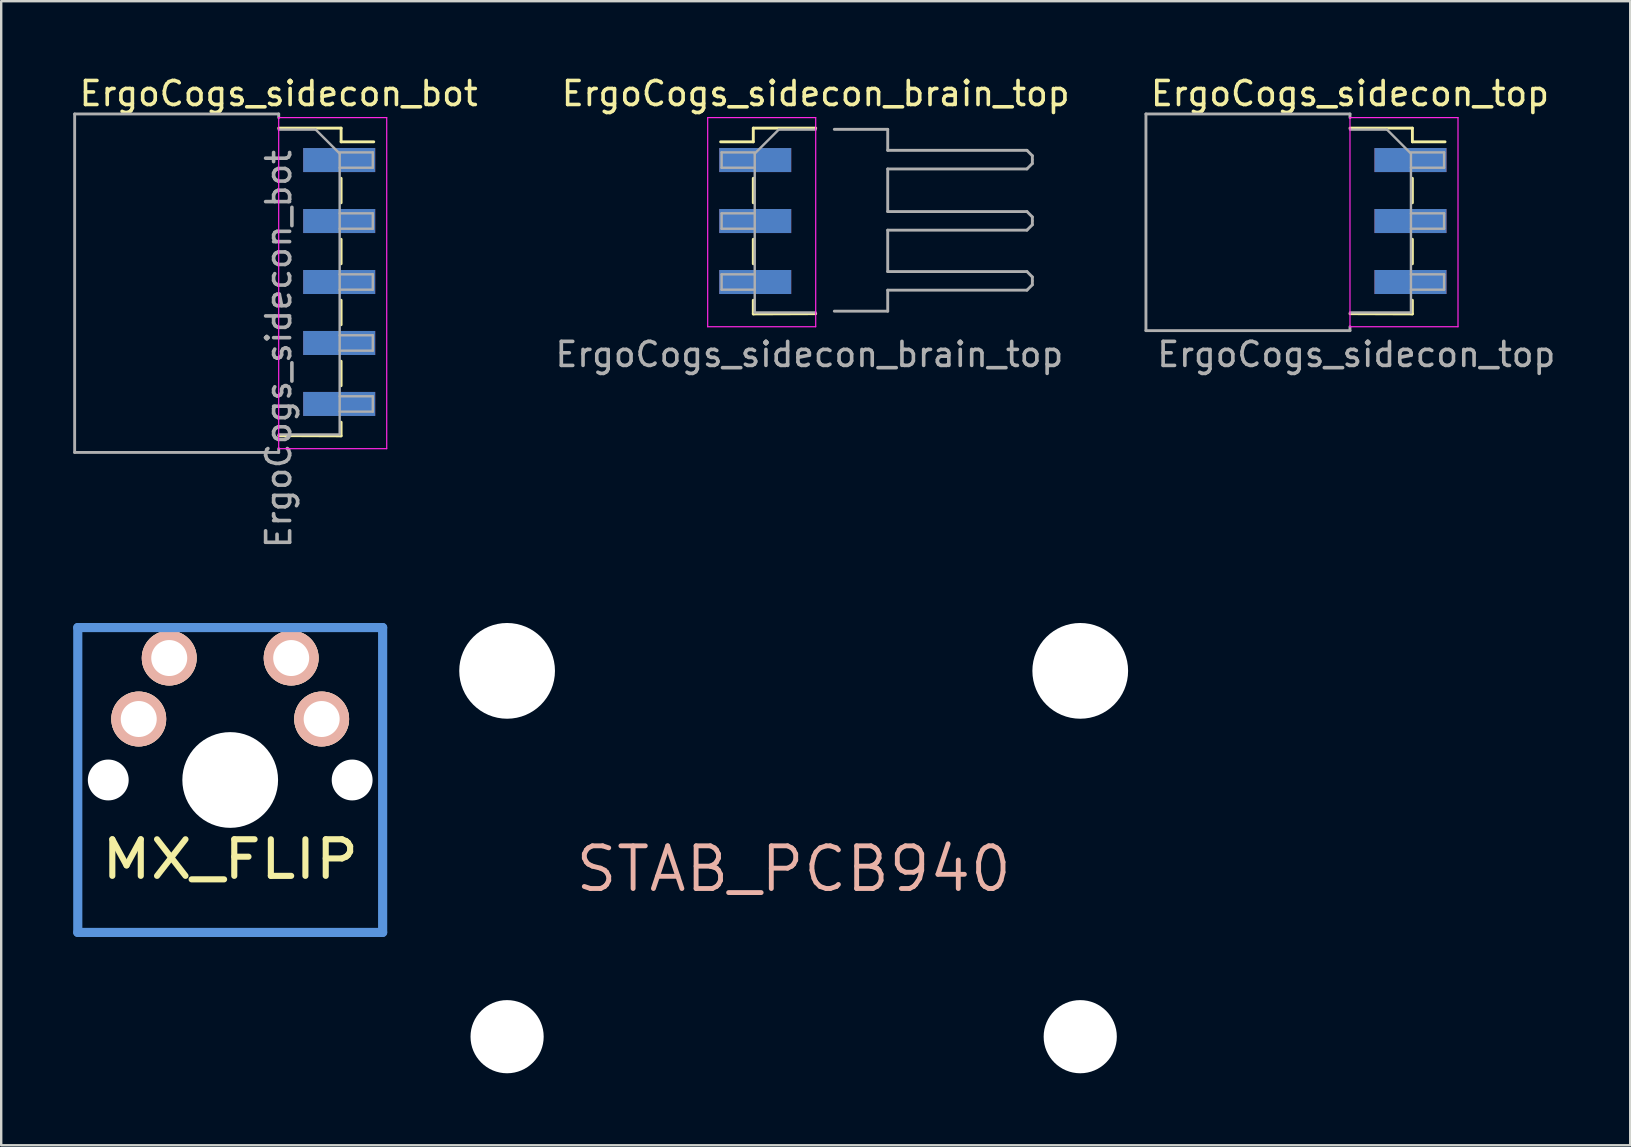
<source format=kicad_pcb>
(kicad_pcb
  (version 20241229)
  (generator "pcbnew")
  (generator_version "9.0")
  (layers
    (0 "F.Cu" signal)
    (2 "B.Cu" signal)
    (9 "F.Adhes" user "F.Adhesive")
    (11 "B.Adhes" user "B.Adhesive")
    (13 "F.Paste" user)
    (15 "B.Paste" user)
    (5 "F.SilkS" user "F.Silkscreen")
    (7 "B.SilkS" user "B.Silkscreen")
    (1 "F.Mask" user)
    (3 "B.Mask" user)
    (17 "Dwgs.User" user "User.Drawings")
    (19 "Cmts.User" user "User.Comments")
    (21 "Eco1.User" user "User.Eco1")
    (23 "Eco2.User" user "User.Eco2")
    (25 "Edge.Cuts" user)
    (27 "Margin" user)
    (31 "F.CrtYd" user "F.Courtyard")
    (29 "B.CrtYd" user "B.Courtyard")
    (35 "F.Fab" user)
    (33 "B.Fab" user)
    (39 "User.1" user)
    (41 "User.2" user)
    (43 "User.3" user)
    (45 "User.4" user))
  (footprint "ErgoCogs_sidecon_brain_top"
    (layer "F.Cu")
    (at 28.406 3.613)
    (property "Reference" "ErgoCogs_sidecon_brain_top" (at 2.525 -2.765 0) (layer "F.SilkS") (effects (font (size 1 1) (thickness 0.15))))
    (attr smd)
    (fp_line (start -0.075 -1.325) (end -0.075 -0.755) (stroke (width 0.12) (type solid)) (layer "F.SilkS"))
    (fp_line (start -0.075 -0.755) (end -1.435 -0.755) (stroke (width 0.12) (type solid)) (layer "F.SilkS"))
    (fp_line (start -0.075 0.765) (end -0.075 1.785) (stroke (width 0.12) (type solid)) (layer "F.SilkS"))
    (fp_line (start -0.075 3.305) (end -0.075 4.325) (stroke (width 0.12) (type solid)) (layer "F.SilkS"))
    (fp_line (start -0.075 5.845) (end -0.075 6.415) (stroke (width 0.12) (type solid)) (layer "F.SilkS"))
    (fp_line (start 2.525 -1.325) (end -0.075 -1.325) (stroke (width 0.12) (type solid)) (layer "F.SilkS"))
    (fp_line (start 2.525 6.405) (end -0.075 6.415) (stroke (width 0.12) (type solid)) (layer "F.SilkS"))
    (fp_line (start -1.975 -1.765) (end -1.975 6.949) (stroke (width 0.05) (type solid)) (layer "F.CrtYd"))
    (fp_line (start -1.975 6.949) (end 2.525 6.949) (stroke (width 0.05) (type solid)) (layer "F.CrtYd"))
    (fp_line (start 2.525 -1.765) (end -1.975 -1.765) (stroke (width 0.05) (type solid)) (layer "F.CrtYd"))
    (fp_line (start 2.525 -1.765) (end 2.525 6.949) (stroke (width 0.05) (type solid)) (layer "F.CrtYd"))
    (fp_line (start -1.395 -0.315) (end -1.395 0.325) (stroke (width 0.1) (type solid)) (layer "F.Fab"))
    (fp_line (start -1.395 0.325) (end -0.015 0.325) (stroke (width 0.1) (type solid)) (layer "F.Fab"))
    (fp_line (start -1.395 2.225) (end -1.395 2.865) (stroke (width 0.1) (type solid)) (layer "F.Fab"))
    (fp_line (start -1.395 2.865) (end -0.015 2.865) (stroke (width 0.1) (type solid)) (layer "F.Fab"))
    (fp_line (start -1.395 4.765) (end -1.395 5.405) (stroke (width 0.1) (type solid)) (layer "F.Fab"))
    (fp_line (start -1.395 5.405) (end -0.015 5.405) (stroke (width 0.1) (type solid)) (layer "F.Fab"))
    (fp_line (start -0.015 -0.315) (end -1.395 -0.315) (stroke (width 0.1) (type solid)) (layer "F.Fab"))
    (fp_line (start -0.015 -0.265) (end -0.015 6.355) (stroke (width 0.1) (type solid)) (layer "F.Fab"))
    (fp_line (start -0.015 2.225) (end -1.395 2.225) (stroke (width 0.1) (type solid)) (layer "F.Fab"))
    (fp_line (start -0.015 4.765) (end -1.395 4.765) (stroke (width 0.1) (type solid)) (layer "F.Fab"))
    (fp_line (start -0.015 6.355) (end 2.525 6.355) (stroke (width 0.1) (type solid)) (layer "F.Fab"))
    (fp_line (start 0.985 -1.265) (end -0.015 -0.265) (stroke (width 0.1) (type solid)) (layer "F.Fab"))
    (fp_line (start 2.525 -1.265) (end 0.985 -1.265) (stroke (width 0.1) (type solid)) (layer "F.Fab"))
    (fp_line (start 5.525 -1.275) (end 3.3 -1.275) (stroke (width 0.12) (type solid)) (layer "F.Fab"))
    (fp_line (start 5.525 -0.4) (end 5.525 -1.275) (stroke (width 0.12) (type solid)) (layer "F.Fab"))
    (fp_line (start 5.525 2.15) (end 5.525 0.375) (stroke (width 0.12) (type solid)) (layer "F.Fab"))
    (fp_line (start 5.525 4.65) (end 5.525 2.925) (stroke (width 0.12) (type solid)) (layer "F.Fab"))
    (fp_line (start 5.525 5.425) (end 5.525 6.3) (stroke (width 0.12) (type solid)) (layer "F.Fab"))
    (fp_line (start 5.525 6.3) (end 3.3 6.3) (stroke (width 0.12) (type solid)) (layer "F.Fab"))
    (fp_line (start 11.325 -0.4) (end 5.525 -0.4) (stroke (width 0.12) (type solid)) (layer "F.Fab"))
    (fp_line (start 11.325 0.375) (end 5.525 0.375) (stroke (width 0.12) (type solid)) (layer "F.Fab"))
    (fp_line (start 11.325 2.15) (end 5.525 2.15) (stroke (width 0.12) (type solid)) (layer "F.Fab"))
    (fp_line (start 11.325 2.925) (end 5.525 2.925) (stroke (width 0.12) (type solid)) (layer "F.Fab"))
    (fp_line (start 11.325 4.65) (end 5.525 4.65) (stroke (width 0.12) (type solid)) (layer "F.Fab"))
    (fp_line (start 11.325 5.425) (end 5.525 5.425) (stroke (width 0.12) (type solid)) (layer "F.Fab"))
    (fp_line (start 11.55 -0.175) (end 11.325 -0.4) (stroke (width 0.12) (type solid)) (layer "F.Fab"))
    (fp_line (start 11.55 -0.025) (end 11.55 -0.175) (stroke (width 0.12) (type solid)) (layer "F.Fab"))
    (fp_line (start 11.55 0) (end 11.55 0.15) (stroke (width 0.12) (type solid)) (layer "F.Fab"))
    (fp_line (start 11.55 0.15) (end 11.325 0.375) (stroke (width 0.12) (type solid)) (layer "F.Fab"))
    (fp_line (start 11.55 2.375) (end 11.325 2.15) (stroke (width 0.12) (type solid)) (layer "F.Fab"))
    (fp_line (start 11.55 2.525) (end 11.55 2.375) (stroke (width 0.12) (type solid)) (layer "F.Fab"))
    (fp_line (start 11.55 2.55) (end 11.55 2.7) (stroke (width 0.12) (type solid)) (layer "F.Fab"))
    (fp_line (start 11.55 2.7) (end 11.325 2.925) (stroke (width 0.12) (type solid)) (layer "F.Fab"))
    (fp_line (start 11.55 4.875) (end 11.325 4.65) (stroke (width 0.12) (type solid)) (layer "F.Fab"))
    (fp_line (start 11.55 5.025) (end 11.55 4.875) (stroke (width 0.12) (type solid)) (layer "F.Fab"))
    (fp_line (start 11.55 5.05) (end 11.55 5.2) (stroke (width 0.12) (type solid)) (layer "F.Fab"))
    (fp_line (start 11.55 5.2) (end 11.325 5.425) (stroke (width 0.12) (type solid)) (layer "F.Fab"))
    (fp_text user "${REFERENCE}" (at 2.261 8.103 180) (layer "F.Fab") (effects (font (size 1 1) (thickness 0.15))))
    (pad "1" smd rect (at 0.005 0.005) (size 3 1) (layers "F.Cu" "F.Mask" "F.Paste"))
    (pad "2" smd rect (at 0.005 0.005 180) (size 3 1) (layers "B.Cu" "B.Mask" "B.Paste"))
    (pad "3" smd rect (at 0.005 2.545) (size 3 1) (layers "F.Cu" "F.Mask" "F.Paste"))
    (pad "4" smd rect (at 0.005 2.545 180) (size 3 1) (layers "B.Cu" "B.Mask" "B.Paste"))
    (pad "5" smd rect (at 0.005 5.085) (size 3 1) (layers "F.Cu" "F.Mask" "F.Paste"))
    (pad "6" smd rect (at 0.005 5.085 180) (size 3 1) (layers "B.Cu" "B.Mask" "B.Paste")))
  (footprint "ErgoCogs_sidecon_top"
    (layer "F.Cu")
    (at 55.738 3.588)
    (property "Reference" "ErgoCogs_sidecon_top" (at -2.55 -2.74 0) (layer "F.SilkS") (effects (font (size 1 1) (thickness 0.15))))
    (attr smd)
    (fp_line (start -2.55 -1.3) (end 0.05 -1.3) (stroke (width 0.12) (type solid)) (layer "F.SilkS"))
    (fp_line (start -2.55 6.43) (end 0.05 6.44) (stroke (width 0.12) (type solid)) (layer "F.SilkS"))
    (fp_line (start 0.05 -1.3) (end 0.05 -0.73) (stroke (width 0.12) (type solid)) (layer "F.SilkS"))
    (fp_line (start 0.05 -0.73) (end 1.41 -0.73) (stroke (width 0.12) (type solid)) (layer "F.SilkS"))
    (fp_line (start 0.05 0.79) (end 0.05 1.81) (stroke (width 0.12) (type solid)) (layer "F.SilkS"))
    (fp_line (start 0.05 3.33) (end 0.05 4.35) (stroke (width 0.12) (type solid)) (layer "F.SilkS"))
    (fp_line (start 0.05 5.87) (end 0.05 6.44) (stroke (width 0.12) (type solid)) (layer "F.SilkS"))
    (fp_line (start -2.55 -1.74) (end -2.55 6.974) (stroke (width 0.05) (type solid)) (layer "F.CrtYd"))
    (fp_line (start -2.55 -1.74) (end 1.95 -1.74) (stroke (width 0.05) (type solid)) (layer "F.CrtYd"))
    (fp_line (start 1.95 -1.74) (end 1.95 6.974) (stroke (width 0.05) (type solid)) (layer "F.CrtYd"))
    (fp_line (start 1.95 6.974) (end -2.55 6.974) (stroke (width 0.05) (type solid)) (layer "F.CrtYd"))
    (fp_line (start -11.05 7.135) (end -11.05 -1.89) (stroke (width 0.12) (type solid)) (layer "F.Fab"))
    (fp_line (start -2.55 -1.89) (end -11.05 -1.89) (stroke (width 0.12) (type solid)) (layer "F.Fab"))
    (fp_line (start -2.55 -1.74) (end -2.55 -1.89) (stroke (width 0.12) (type solid)) (layer "F.Fab"))
    (fp_line (start -2.55 -1.24) (end -1.01 -1.24) (stroke (width 0.1) (type solid)) (layer "F.Fab"))
    (fp_line (start -2.55 6.974) (end -2.55 7.135) (stroke (width 0.12) (type solid)) (layer "F.Fab"))
    (fp_line (start -2.55 7.135) (end -11.05 7.135) (stroke (width 0.12) (type solid)) (layer "F.Fab"))
    (fp_line (start -1.01 -1.24) (end -0.01 -0.24) (stroke (width 0.1) (type solid)) (layer "F.Fab"))
    (fp_line (start -0.01 -0.29) (end 1.37 -0.29) (stroke (width 0.1) (type solid)) (layer "F.Fab"))
    (fp_line (start -0.01 -0.24) (end -0.01 6.38) (stroke (width 0.1) (type solid)) (layer "F.Fab"))
    (fp_line (start -0.01 2.25) (end 1.37 2.25) (stroke (width 0.1) (type solid)) (layer "F.Fab"))
    (fp_line (start -0.01 4.79) (end 1.37 4.79) (stroke (width 0.1) (type solid)) (layer "F.Fab"))
    (fp_line (start -0.01 6.38) (end -2.55 6.38) (stroke (width 0.1) (type solid)) (layer "F.Fab"))
    (fp_line (start 1.37 -0.29) (end 1.37 0.35) (stroke (width 0.1) (type solid)) (layer "F.Fab"))
    (fp_line (start 1.37 0.35) (end -0.01 0.35) (stroke (width 0.1) (type solid)) (layer "F.Fab"))
    (fp_line (start 1.37 2.25) (end 1.37 2.89) (stroke (width 0.1) (type solid)) (layer "F.Fab"))
    (fp_line (start 1.37 2.89) (end -0.01 2.89) (stroke (width 0.1) (type solid)) (layer "F.Fab"))
    (fp_line (start 1.37 4.79) (end 1.37 5.43) (stroke (width 0.1) (type solid)) (layer "F.Fab"))
    (fp_line (start 1.37 5.43) (end -0.01 5.43) (stroke (width 0.1) (type solid)) (layer "F.Fab"))
    (fp_text user "${REFERENCE}" (at -2.286 8.128 180) (layer "F.Fab") (effects (font (size 1 1) (thickness 0.15))))
    (pad "1" smd rect (at -0.03 0.03) (size 3 1) (layers "F.Cu" "F.Mask" "F.Paste"))
    (pad "2" smd rect (at -0.03 0.03 180) (size 3 1) (layers "B.Cu" "B.Mask" "B.Paste"))
    (pad "3" smd rect (at -0.03 2.57) (size 3 1) (layers "F.Cu" "F.Mask" "F.Paste"))
    (pad "4" smd rect (at -0.03 2.57 180) (size 3 1) (layers "B.Cu" "B.Mask" "B.Paste"))
    (pad "5" smd rect (at -0.03 5.11) (size 3 1) (layers "F.Cu" "F.Mask" "F.Paste"))
    (pad "6" smd rect (at -0.03 5.11 180) (size 3 1) (layers "B.Cu" "B.Mask" "B.Paste")))
  (footprint "MX_FLIP"
    (layer "F.Cu")
    (at 6.54 29.443)
    (property "Reference" "MX_FLIP" (at 0 3.302 0) (layer "F.SilkS") (effects (font (size 1.524 1.778) (thickness 0.254))))
    (attr through_hole)
    (fp_line (start -6.35 -6.35) (end 6.35 -6.35) (stroke (width 0.381) (type solid)) (layer "Cmts.User"))
    (fp_line (start -6.35 6.35) (end -6.35 -6.35) (stroke (width 0.381) (type solid)) (layer "Cmts.User"))
    (fp_line (start 6.35 -6.35) (end 6.35 6.35) (stroke (width 0.381) (type solid)) (layer "Cmts.User"))
    (fp_line (start 6.35 6.35) (end -6.35 6.35) (stroke (width 0.381) (type solid)) (layer "Cmts.User"))
    (pad "" np_thru_hole circle (at -5.08 0) (size 1.702 1.702) (drill 1.702) (layers "*.Cu" "*.Mask"))
    (pad "" np_thru_hole circle (at 0 0) (size 3.988 3.988) (drill 3.988) (layers "*.Cu" "*.Mask"))
    (pad "" np_thru_hole circle (at 5.08 0) (size 1.702 1.702) (drill 1.702) (layers "*.Cu" "*.Mask"))
    (pad "1" thru_hole circle (at 2.54 -5.08) (size 2.286 2.286) (drill 1.499) (layers "*.Cu" "*.SilkS" "*.Mask"))
    (pad "1" thru_hole circle (at 3.81 -2.54) (size 2.286 2.286) (drill 1.499) (layers "*.Cu" "*.SilkS" "*.Mask"))
    (pad "2" thru_hole circle (at -3.81 -2.54) (size 2.286 2.286) (drill 1.499) (layers "*.Cu" "*.SilkS" "*.Mask"))
    (pad "2" thru_hole circle (at -2.54 -5.08) (size 2.286 2.286) (drill 1.499) (layers "*.Cu" "*.SilkS" "*.Mask")))
  (footprint "STAB_PCB940"
    (layer "F.Cu")
    (at 30.013 33.152)
    (property "Reference" "STAB_PCB940" (at 0 0 0) (layer "B.SilkS") (effects (font (size 1.778 1.778) (thickness 0.203))))
    (attr through_hole)
    (fp_line (start -13.589 -6.223) (end -10.287 -6.223) (stroke (width 0.152) (type solid)) (layer "Eco2.User"))
    (fp_line (start -13.589 7.747) (end -13.589 -6.223) (stroke (width 0.152) (type solid)) (layer "Eco2.User"))
    (fp_line (start -10.287 -6.223) (end -10.287 7.747) (stroke (width 0.152) (type solid)) (layer "Eco2.User"))
    (fp_line (start -10.287 7.747) (end -13.589 7.747) (stroke (width 0.152) (type solid)) (layer "Eco2.User"))
    (fp_line (start 10.287 -6.223) (end 13.589 -6.223) (stroke (width 0.152) (type solid)) (layer "Eco2.User"))
    (fp_line (start 10.287 7.747) (end 10.287 -6.223) (stroke (width 0.152) (type solid)) (layer "Eco2.User"))
    (fp_line (start 13.589 -6.223) (end 13.589 7.747) (stroke (width 0.152) (type solid)) (layer "Eco2.User"))
    (fp_line (start 13.589 7.747) (end 10.287 7.747) (stroke (width 0.152) (type solid)) (layer "Eco2.User"))
    (pad "" np_thru_hole circle (at -11.938 -8.255) (size 3.988 3.988) (drill 3.988) (layers "*.Cu"))
    (pad "" np_thru_hole circle (at -11.938 6.985) (size 3.048 3.048) (drill 3.048) (layers "*.Cu" "*.Mask"))
    (pad "" np_thru_hole circle (at 11.938 6.985) (size 3.048 3.048) (drill 3.048) (layers "*.Cu"))
    (pad "" np_thru_hole circle (at 11.938 -8.255) (size 3.988 3.988) (drill 3.988) (layers "*.Cu" "*.Mask")))
  (footprint "ErgoCogs_sidecon_bot"
    (layer "F.Cu")
    (at 11.11 3.588)
    (property "Reference" "ErgoCogs_sidecon_bot" (at -2.55 -2.74 0) (layer "F.SilkS") (effects (font (size 1 1) (thickness 0.15))))
    (attr smd)
    (fp_line (start -2.55 -1.3) (end 0.05 -1.3) (stroke (width 0.12) (type solid)) (layer "F.SilkS"))
    (fp_line (start -2.55 11.51) (end 0.05 11.52) (stroke (width 0.12) (type solid)) (layer "F.SilkS"))
    (fp_line (start 0.05 -1.3) (end 0.05 -0.73) (stroke (width 0.12) (type solid)) (layer "F.SilkS"))
    (fp_line (start 0.05 -0.73) (end 1.41 -0.73) (stroke (width 0.12) (type solid)) (layer "F.SilkS"))
    (fp_line (start 0.05 0.79) (end 0.05 1.81) (stroke (width 0.12) (type solid)) (layer "F.SilkS"))
    (fp_line (start 0.05 3.33) (end 0.05 4.35) (stroke (width 0.12) (type solid)) (layer "F.SilkS"))
    (fp_line (start 0.05 5.87) (end 0.05 6.89) (stroke (width 0.12) (type solid)) (layer "F.SilkS"))
    (fp_line (start 0.05 8.41) (end 0.05 9.43) (stroke (width 0.12) (type solid)) (layer "F.SilkS"))
    (fp_line (start 0.05 10.95) (end 0.05 11.52) (stroke (width 0.12) (type solid)) (layer "F.SilkS"))
    (fp_line (start -2.55 -1.74) (end -2.55 12.054) (stroke (width 0.05) (type solid)) (layer "F.CrtYd"))
    (fp_line (start -2.55 -1.74) (end 1.95 -1.74) (stroke (width 0.05) (type solid)) (layer "F.CrtYd"))
    (fp_line (start 1.95 -1.74) (end 1.95 12.054) (stroke (width 0.05) (type solid)) (layer "F.CrtYd"))
    (fp_line (start 1.95 12.054) (end -2.55 12.054) (stroke (width 0.05) (type solid)) (layer "F.CrtYd"))
    (fp_line (start -11.05 12.21) (end -11.05 -1.89) (stroke (width 0.12) (type solid)) (layer "F.Fab"))
    (fp_line (start -2.55 -1.89) (end -11.05 -1.89) (stroke (width 0.12) (type solid)) (layer "F.Fab"))
    (fp_line (start -2.55 -1.74) (end -2.55 -1.89) (stroke (width 0.12) (type solid)) (layer "F.Fab"))
    (fp_line (start -2.55 -1.24) (end -1.01 -1.24) (stroke (width 0.1) (type solid)) (layer "F.Fab"))
    (fp_line (start -2.55 12.054) (end -2.55 12.21) (stroke (width 0.12) (type solid)) (layer "F.Fab"))
    (fp_line (start -2.55 12.21) (end -11.05 12.21) (stroke (width 0.12) (type solid)) (layer "F.Fab"))
    (fp_line (start -1.01 -1.24) (end -0.01 -0.24) (stroke (width 0.1) (type solid)) (layer "F.Fab"))
    (fp_line (start -0.01 -0.29) (end 1.37 -0.29) (stroke (width 0.1) (type solid)) (layer "F.Fab"))
    (fp_line (start -0.01 -0.24) (end -0.01 11.46) (stroke (width 0.1) (type solid)) (layer "F.Fab"))
    (fp_line (start -0.01 2.25) (end 1.37 2.25) (stroke (width 0.1) (type solid)) (layer "F.Fab"))
    (fp_line (start -0.01 4.79) (end 1.37 4.79) (stroke (width 0.1) (type solid)) (layer "F.Fab"))
    (fp_line (start -0.01 7.33) (end 1.37 7.33) (stroke (width 0.1) (type solid)) (layer "F.Fab"))
    (fp_line (start -0.01 9.87) (end 1.37 9.87) (stroke (width 0.1) (type solid)) (layer "F.Fab"))
    (fp_line (start -0.01 11.46) (end -2.55 11.46) (stroke (width 0.1) (type solid)) (layer "F.Fab"))
    (fp_line (start 1.37 -0.29) (end 1.37 0.35) (stroke (width 0.1) (type solid)) (layer "F.Fab"))
    (fp_line (start 1.37 0.35) (end -0.01 0.35) (stroke (width 0.1) (type solid)) (layer "F.Fab"))
    (fp_line (start 1.37 2.25) (end 1.37 2.89) (stroke (width 0.1) (type solid)) (layer "F.Fab"))
    (fp_line (start 1.37 2.89) (end -0.01 2.89) (stroke (width 0.1) (type solid)) (layer "F.Fab"))
    (fp_line (start 1.37 4.79) (end 1.37 5.43) (stroke (width 0.1) (type solid)) (layer "F.Fab"))
    (fp_line (start 1.37 5.43) (end -0.01 5.43) (stroke (width 0.1) (type solid)) (layer "F.Fab"))
    (fp_line (start 1.37 7.33) (end 1.37 7.97) (stroke (width 0.1) (type solid)) (layer "F.Fab"))
    (fp_line (start 1.37 7.97) (end -0.01 7.97) (stroke (width 0.1) (type solid)) (layer "F.Fab"))
    (fp_line (start 1.37 9.87) (end 1.37 10.51) (stroke (width 0.1) (type solid)) (layer "F.Fab"))
    (fp_line (start 1.37 10.51) (end -0.01 10.51) (stroke (width 0.1) (type solid)) (layer "F.Fab"))
    (fp_text user "${REFERENCE}" (at -2.55 7.904 90) (layer "F.Fab") (effects (font (size 1 1) (thickness 0.15))))
    (pad "1" smd rect (at -0.03 0.03) (size 3 1) (layers "F.Cu" "F.Mask" "F.Paste"))
    (pad "2" smd rect (at -0.03 0.03 180) (size 3 1) (layers "B.Cu" "B.Mask" "B.Paste"))
    (pad "3" smd rect (at -0.03 2.57) (size 3 1) (layers "F.Cu" "F.Mask" "F.Paste"))
    (pad "4" smd rect (at -0.03 2.57 180) (size 3 1) (layers "B.Cu" "B.Mask" "B.Paste"))
    (pad "5" smd rect (at -0.03 5.11) (size 3 1) (layers "F.Cu" "F.Mask" "F.Paste"))
    (pad "6" smd rect (at -0.03 5.11 180) (size 3 1) (layers "B.Cu" "B.Mask" "B.Paste"))
    (pad "7" smd rect (at -0.03 7.65) (size 3 1) (layers "F.Cu" "F.Mask" "F.Paste"))
    (pad "8" smd rect (at -0.03 7.65 180) (size 3 1) (layers "B.Cu" "B.Mask" "B.Paste"))
    (pad "9" smd rect (at -0.03 10.19) (size 3 1) (layers "F.Cu" "F.Mask" "F.Paste"))
    (pad "10" smd rect (at -0.03 10.19 180) (size 3 1) (layers "B.Cu" "B.Mask" "B.Paste")))
  (gr_rect
    (start -3 -3)
    (end 64.862 44.661)
    (stroke (width 0.1) (type default))
    (fill no)
    (layer "Edge.Cuts")))
</source>
